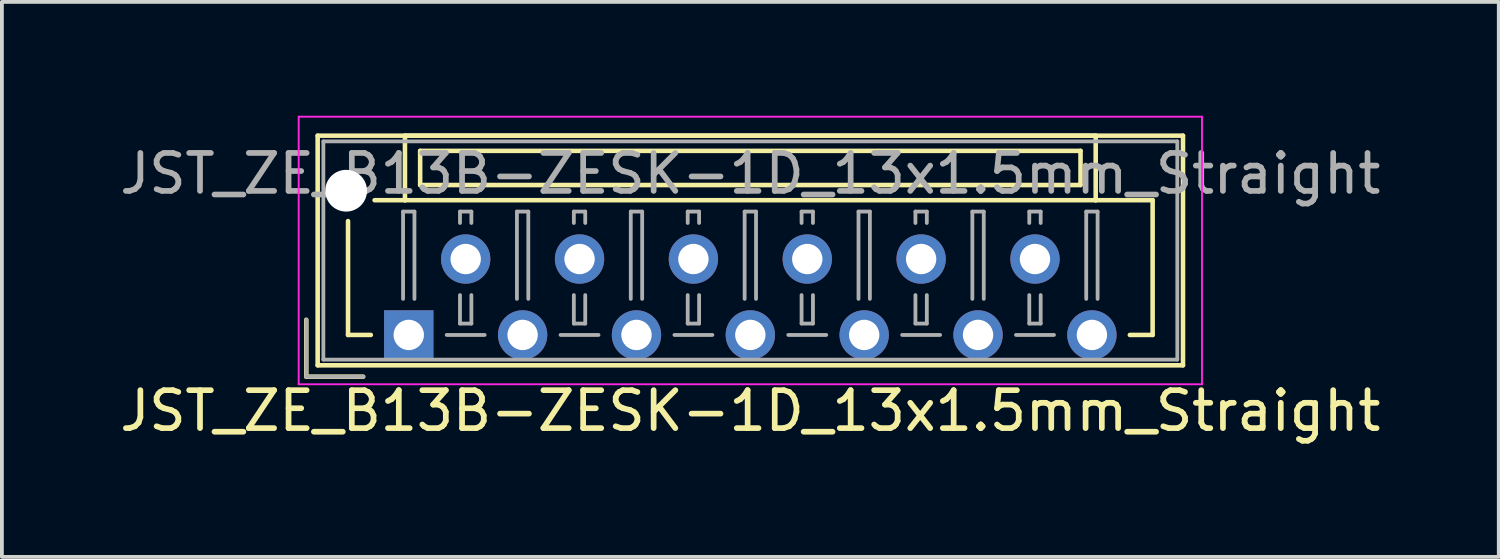
<source format=kicad_pcb>
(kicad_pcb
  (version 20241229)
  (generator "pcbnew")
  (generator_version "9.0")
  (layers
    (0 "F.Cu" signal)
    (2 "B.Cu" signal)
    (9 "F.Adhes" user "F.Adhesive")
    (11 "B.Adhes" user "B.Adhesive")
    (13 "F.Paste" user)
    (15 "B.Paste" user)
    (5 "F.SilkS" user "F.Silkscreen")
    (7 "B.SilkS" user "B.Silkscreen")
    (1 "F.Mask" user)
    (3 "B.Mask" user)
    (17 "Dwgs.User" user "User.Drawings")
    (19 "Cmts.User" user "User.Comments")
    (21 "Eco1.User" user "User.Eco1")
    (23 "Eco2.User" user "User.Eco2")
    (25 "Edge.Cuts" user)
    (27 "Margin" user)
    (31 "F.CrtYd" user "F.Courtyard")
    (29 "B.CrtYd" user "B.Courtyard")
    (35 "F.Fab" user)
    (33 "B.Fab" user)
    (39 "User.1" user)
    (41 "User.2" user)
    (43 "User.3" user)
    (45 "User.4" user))
  (footprint "JST_ZE_B13B-ZESK-1D_13x1.5mm_Straight"
    (layer "F.Cu")
    (at 7.72 5.775)
    (property "Reference" "JST_ZE_B13B-ZESK-1D_13x1.5mm_Straight" (at 9 2 0) (layer "F.SilkS") (effects (font (size 1 1) (thickness 0.15))))
    (attr through_hole)
    (fp_line (start -2.7 -0.4) (end -2.7 1.1) (stroke (width 0.12) (type solid)) (layer "F.SilkS"))
    (fp_line (start -2.7 1.1) (end -1.2 1.1) (stroke (width 0.12) (type solid)) (layer "F.SilkS"))
    (fp_line (start -2.4 -5.25) (end -2.4 0.8) (stroke (width 0.12) (type solid)) (layer "F.SilkS"))
    (fp_line (start -2.4 0.8) (end 20.4 0.8) (stroke (width 0.12) (type solid)) (layer "F.SilkS"))
    (fp_line (start -1.6 -3) (end -1.6 0) (stroke (width 0.12) (type solid)) (layer "F.SilkS"))
    (fp_line (start -1.6 0) (end -1 0) (stroke (width 0.12) (type solid)) (layer "F.SilkS"))
    (fp_line (start -0.1 -5.25) (end -0.1 -3.55) (stroke (width 0.12) (type solid)) (layer "F.SilkS"))
    (fp_line (start -0.1 -3.55) (end -0.9 -3.55) (stroke (width 0.12) (type solid)) (layer "F.SilkS"))
    (fp_line (start -0.1 -3.55) (end 18.1 -3.55) (stroke (width 0.12) (type solid)) (layer "F.SilkS"))
    (fp_line (start 0.3 -4.85) (end 0.3 -3.95) (stroke (width 0.12) (type solid)) (layer "F.SilkS"))
    (fp_line (start 0.3 -3.95) (end 17.7 -3.95) (stroke (width 0.12) (type solid)) (layer "F.SilkS"))
    (fp_line (start 17.7 -4.85) (end 0.3 -4.85) (stroke (width 0.12) (type solid)) (layer "F.SilkS"))
    (fp_line (start 17.7 -3.95) (end 17.7 -4.85) (stroke (width 0.12) (type solid)) (layer "F.SilkS"))
    (fp_line (start 18.1 -5.25) (end -0.1 -5.25) (stroke (width 0.12) (type solid)) (layer "F.SilkS"))
    (fp_line (start 18.1 -3.55) (end 18.1 -5.25) (stroke (width 0.12) (type solid)) (layer "F.SilkS"))
    (fp_line (start 18.1 -3.55) (end 19.6 -3.55) (stroke (width 0.12) (type solid)) (layer "F.SilkS"))
    (fp_line (start 19.6 -3.55) (end 19.6 0) (stroke (width 0.12) (type solid)) (layer "F.SilkS"))
    (fp_line (start 19.6 0) (end 19 0) (stroke (width 0.12) (type solid)) (layer "F.SilkS"))
    (fp_line (start 20.4 -5.25) (end -2.4 -5.25) (stroke (width 0.12) (type solid)) (layer "F.SilkS"))
    (fp_line (start 20.4 0.8) (end 20.4 -5.25) (stroke (width 0.12) (type solid)) (layer "F.SilkS"))
    (fp_line (start -2.9 -5.75) (end -2.9 1.3) (stroke (width 0.05) (type solid)) (layer "F.CrtYd"))
    (fp_line (start -2.9 1.3) (end 20.9 1.3) (stroke (width 0.05) (type solid)) (layer "F.CrtYd"))
    (fp_line (start 20.9 -5.75) (end -2.9 -5.75) (stroke (width 0.05) (type solid)) (layer "F.CrtYd"))
    (fp_line (start 20.9 1.3) (end 20.9 -5.75) (stroke (width 0.05) (type solid)) (layer "F.CrtYd"))
    (fp_line (start -2.7 -0.4) (end -2.7 1.1) (stroke (width 0.1) (type solid)) (layer "F.Fab"))
    (fp_line (start -2.7 1.1) (end -1.2 1.1) (stroke (width 0.1) (type solid)) (layer "F.Fab"))
    (fp_line (start -2.25 -5.1) (end -2.25 0.65) (stroke (width 0.1) (type solid)) (layer "F.Fab"))
    (fp_line (start -2.25 0.65) (end 20.25 0.65) (stroke (width 0.1) (type solid)) (layer "F.Fab"))
    (fp_line (start -0.15 -3.25) (end 0.15 -3.25) (stroke (width 0.1) (type solid)) (layer "F.Fab"))
    (fp_line (start -0.15 -0.95) (end -0.15 -3.25) (stroke (width 0.1) (type solid)) (layer "F.Fab"))
    (fp_line (start 0.15 -3.25) (end 0.15 -0.95) (stroke (width 0.1) (type solid)) (layer "F.Fab"))
    (fp_line (start 1 0) (end 2 0) (stroke (width 0.1) (type solid)) (layer "F.Fab"))
    (fp_line (start 1.35 -3.25) (end 1.65 -3.25) (stroke (width 0.1) (type solid)) (layer "F.Fab"))
    (fp_line (start 1.35 -2.95) (end 1.35 -3.25) (stroke (width 0.1) (type solid)) (layer "F.Fab"))
    (fp_line (start 1.35 -1.05) (end 1.35 -0.3) (stroke (width 0.1) (type solid)) (layer "F.Fab"))
    (fp_line (start 1.35 -0.3) (end 1.65 -0.3) (stroke (width 0.1) (type solid)) (layer "F.Fab"))
    (fp_line (start 1.65 -3.25) (end 1.65 -2.95) (stroke (width 0.1) (type solid)) (layer "F.Fab"))
    (fp_line (start 1.65 -0.3) (end 1.65 -1.05) (stroke (width 0.1) (type solid)) (layer "F.Fab"))
    (fp_line (start 2.85 -3.25) (end 3.15 -3.25) (stroke (width 0.1) (type solid)) (layer "F.Fab"))
    (fp_line (start 2.85 -0.95) (end 2.85 -3.25) (stroke (width 0.1) (type solid)) (layer "F.Fab"))
    (fp_line (start 3.15 -3.25) (end 3.15 -0.95) (stroke (width 0.1) (type solid)) (layer "F.Fab"))
    (fp_line (start 4 0) (end 5 0) (stroke (width 0.1) (type solid)) (layer "F.Fab"))
    (fp_line (start 4.35 -3.25) (end 4.65 -3.25) (stroke (width 0.1) (type solid)) (layer "F.Fab"))
    (fp_line (start 4.35 -2.95) (end 4.35 -3.25) (stroke (width 0.1) (type solid)) (layer "F.Fab"))
    (fp_line (start 4.35 -1.05) (end 4.35 -0.3) (stroke (width 0.1) (type solid)) (layer "F.Fab"))
    (fp_line (start 4.35 -0.3) (end 4.65 -0.3) (stroke (width 0.1) (type solid)) (layer "F.Fab"))
    (fp_line (start 4.65 -3.25) (end 4.65 -2.95) (stroke (width 0.1) (type solid)) (layer "F.Fab"))
    (fp_line (start 4.65 -0.3) (end 4.65 -1.05) (stroke (width 0.1) (type solid)) (layer "F.Fab"))
    (fp_line (start 5.85 -3.25) (end 6.15 -3.25) (stroke (width 0.1) (type solid)) (layer "F.Fab"))
    (fp_line (start 5.85 -0.95) (end 5.85 -3.25) (stroke (width 0.1) (type solid)) (layer "F.Fab"))
    (fp_line (start 6.15 -3.25) (end 6.15 -0.95) (stroke (width 0.1) (type solid)) (layer "F.Fab"))
    (fp_line (start 7 0) (end 8 0) (stroke (width 0.1) (type solid)) (layer "F.Fab"))
    (fp_line (start 7.35 -3.25) (end 7.65 -3.25) (stroke (width 0.1) (type solid)) (layer "F.Fab"))
    (fp_line (start 7.35 -2.95) (end 7.35 -3.25) (stroke (width 0.1) (type solid)) (layer "F.Fab"))
    (fp_line (start 7.35 -1.05) (end 7.35 -0.3) (stroke (width 0.1) (type solid)) (layer "F.Fab"))
    (fp_line (start 7.35 -0.3) (end 7.65 -0.3) (stroke (width 0.1) (type solid)) (layer "F.Fab"))
    (fp_line (start 7.65 -3.25) (end 7.65 -2.95) (stroke (width 0.1) (type solid)) (layer "F.Fab"))
    (fp_line (start 7.65 -0.3) (end 7.65 -1.05) (stroke (width 0.1) (type solid)) (layer "F.Fab"))
    (fp_line (start 8.85 -3.25) (end 9.15 -3.25) (stroke (width 0.1) (type solid)) (layer "F.Fab"))
    (fp_line (start 8.85 -0.95) (end 8.85 -3.25) (stroke (width 0.1) (type solid)) (layer "F.Fab"))
    (fp_line (start 9.15 -3.25) (end 9.15 -0.95) (stroke (width 0.1) (type solid)) (layer "F.Fab"))
    (fp_line (start 10 0) (end 11 0) (stroke (width 0.1) (type solid)) (layer "F.Fab"))
    (fp_line (start 10.35 -3.25) (end 10.65 -3.25) (stroke (width 0.1) (type solid)) (layer "F.Fab"))
    (fp_line (start 10.35 -2.95) (end 10.35 -3.25) (stroke (width 0.1) (type solid)) (layer "F.Fab"))
    (fp_line (start 10.35 -1.05) (end 10.35 -0.3) (stroke (width 0.1) (type solid)) (layer "F.Fab"))
    (fp_line (start 10.35 -0.3) (end 10.65 -0.3) (stroke (width 0.1) (type solid)) (layer "F.Fab"))
    (fp_line (start 10.65 -3.25) (end 10.65 -2.95) (stroke (width 0.1) (type solid)) (layer "F.Fab"))
    (fp_line (start 10.65 -0.3) (end 10.65 -1.05) (stroke (width 0.1) (type solid)) (layer "F.Fab"))
    (fp_line (start 11.85 -3.25) (end 12.15 -3.25) (stroke (width 0.1) (type solid)) (layer "F.Fab"))
    (fp_line (start 11.85 -0.95) (end 11.85 -3.25) (stroke (width 0.1) (type solid)) (layer "F.Fab"))
    (fp_line (start 12.15 -3.25) (end 12.15 -0.95) (stroke (width 0.1) (type solid)) (layer "F.Fab"))
    (fp_line (start 13 0) (end 14 0) (stroke (width 0.1) (type solid)) (layer "F.Fab"))
    (fp_line (start 13.35 -3.25) (end 13.65 -3.25) (stroke (width 0.1) (type solid)) (layer "F.Fab"))
    (fp_line (start 13.35 -2.95) (end 13.35 -3.25) (stroke (width 0.1) (type solid)) (layer "F.Fab"))
    (fp_line (start 13.35 -1.05) (end 13.35 -0.3) (stroke (width 0.1) (type solid)) (layer "F.Fab"))
    (fp_line (start 13.35 -0.3) (end 13.65 -0.3) (stroke (width 0.1) (type solid)) (layer "F.Fab"))
    (fp_line (start 13.65 -3.25) (end 13.65 -2.95) (stroke (width 0.1) (type solid)) (layer "F.Fab"))
    (fp_line (start 13.65 -0.3) (end 13.65 -1.05) (stroke (width 0.1) (type solid)) (layer "F.Fab"))
    (fp_line (start 14.85 -3.25) (end 15.15 -3.25) (stroke (width 0.1) (type solid)) (layer "F.Fab"))
    (fp_line (start 14.85 -0.95) (end 14.85 -3.25) (stroke (width 0.1) (type solid)) (layer "F.Fab"))
    (fp_line (start 15.15 -3.25) (end 15.15 -0.95) (stroke (width 0.1) (type solid)) (layer "F.Fab"))
    (fp_line (start 16 0) (end 17 0) (stroke (width 0.1) (type solid)) (layer "F.Fab"))
    (fp_line (start 16.35 -3.25) (end 16.65 -3.25) (stroke (width 0.1) (type solid)) (layer "F.Fab"))
    (fp_line (start 16.35 -2.95) (end 16.35 -3.25) (stroke (width 0.1) (type solid)) (layer "F.Fab"))
    (fp_line (start 16.35 -1.05) (end 16.35 -0.3) (stroke (width 0.1) (type solid)) (layer "F.Fab"))
    (fp_line (start 16.35 -0.3) (end 16.65 -0.3) (stroke (width 0.1) (type solid)) (layer "F.Fab"))
    (fp_line (start 16.65 -3.25) (end 16.65 -2.95) (stroke (width 0.1) (type solid)) (layer "F.Fab"))
    (fp_line (start 16.65 -0.3) (end 16.65 -1.05) (stroke (width 0.1) (type solid)) (layer "F.Fab"))
    (fp_line (start 17.85 -3.25) (end 18.15 -3.25) (stroke (width 0.1) (type solid)) (layer "F.Fab"))
    (fp_line (start 17.85 -0.95) (end 17.85 -3.25) (stroke (width 0.1) (type solid)) (layer "F.Fab"))
    (fp_line (start 18.15 -3.25) (end 18.15 -0.95) (stroke (width 0.1) (type solid)) (layer "F.Fab"))
    (fp_line (start 20.25 -5.1) (end -2.25 -5.1) (stroke (width 0.1) (type solid)) (layer "F.Fab"))
    (fp_line (start 20.25 0.65) (end 20.25 -5.1) (stroke (width 0.1) (type solid)) (layer "F.Fab"))
    (fp_text user "${REFERENCE}" (at 9 -4.25 0) (layer "F.Fab") (effects (font (size 1 1) (thickness 0.15))))
    (pad "" np_thru_hole circle (at -1.65 -3.8) (size 1.1 1.1) (drill 1.1) (layers "*.Cu"))
    (pad "1" thru_hole rect (at 0 0) (size 1.3 1.3) (drill 0.8) (layers "*.Cu" "*.Mask"))
    (pad "2" thru_hole circle (at 1.5 -2) (size 1.3 1.3) (drill 0.8) (layers "*.Cu" "*.Mask"))
    (pad "3" thru_hole circle (at 3 0) (size 1.3 1.3) (drill 0.8) (layers "*.Cu" "*.Mask"))
    (pad "4" thru_hole circle (at 4.5 -2) (size 1.3 1.3) (drill 0.8) (layers "*.Cu" "*.Mask"))
    (pad "5" thru_hole circle (at 6 0) (size 1.3 1.3) (drill 0.8) (layers "*.Cu" "*.Mask"))
    (pad "6" thru_hole circle (at 7.5 -2) (size 1.3 1.3) (drill 0.8) (layers "*.Cu" "*.Mask"))
    (pad "7" thru_hole circle (at 9 0) (size 1.3 1.3) (drill 0.8) (layers "*.Cu" "*.Mask"))
    (pad "8" thru_hole circle (at 10.5 -2) (size 1.3 1.3) (drill 0.8) (layers "*.Cu" "*.Mask"))
    (pad "9" thru_hole circle (at 12 0) (size 1.3 1.3) (drill 0.8) (layers "*.Cu" "*.Mask"))
    (pad "10" thru_hole circle (at 13.5 -2) (size 1.3 1.3) (drill 0.8) (layers "*.Cu" "*.Mask"))
    (pad "11" thru_hole circle (at 15 0) (size 1.3 1.3) (drill 0.8) (layers "*.Cu" "*.Mask"))
    (pad "12" thru_hole circle (at 16.5 -2) (size 1.3 1.3) (drill 0.8) (layers "*.Cu" "*.Mask"))
    (pad "13" thru_hole circle (at 18 0) (size 1.3 1.3) (drill 0.8) (layers "*.Cu" "*.Mask")))
  (gr_rect
    (start -3 -3)
    (end 36.44 11.623)
    (stroke (width 0.1) (type default))
    (fill no)
    (layer "Edge.Cuts")))
</source>
